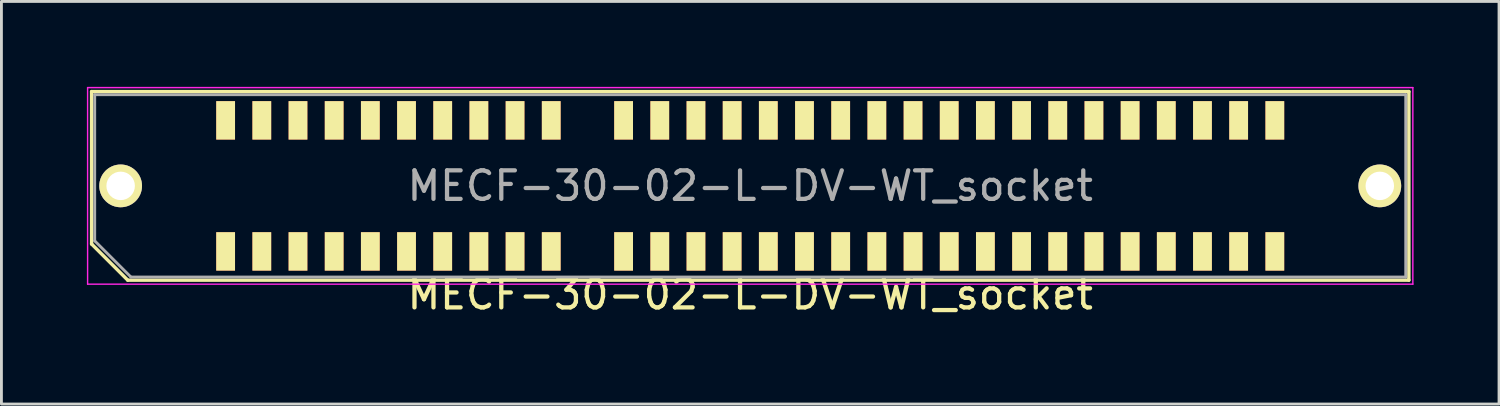
<source format=kicad_pcb>
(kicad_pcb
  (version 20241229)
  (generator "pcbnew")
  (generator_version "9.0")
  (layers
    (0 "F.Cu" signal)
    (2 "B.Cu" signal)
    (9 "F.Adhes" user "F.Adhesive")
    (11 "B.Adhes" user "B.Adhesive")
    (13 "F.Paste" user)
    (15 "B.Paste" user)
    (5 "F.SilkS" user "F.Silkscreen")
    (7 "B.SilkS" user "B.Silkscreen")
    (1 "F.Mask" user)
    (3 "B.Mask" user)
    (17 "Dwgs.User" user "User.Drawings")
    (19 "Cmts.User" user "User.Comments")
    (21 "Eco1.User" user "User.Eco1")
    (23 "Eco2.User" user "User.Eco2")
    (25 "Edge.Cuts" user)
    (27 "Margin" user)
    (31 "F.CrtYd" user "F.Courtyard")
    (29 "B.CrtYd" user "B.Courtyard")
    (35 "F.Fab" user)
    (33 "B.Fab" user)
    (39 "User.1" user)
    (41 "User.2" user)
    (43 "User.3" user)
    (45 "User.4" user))
  (footprint "MECF-30-02-L-DV-WT_socket"
    (layer "F.Cu")
    (at 23.285 3.475)
    (property "Reference" "MECF-30-02-L-DV-WT_socket" (at 0 3.81 0) (layer "F.SilkS") (effects (font (size 1 1) (thickness 0.15))))
    (attr smd)
    (fp_line (start -23.12 -3.31) (end 23.12 -3.31) (stroke (width 0.12) (type solid)) (layer "F.SilkS"))
    (fp_line (start -23.12 2.04) (end -23.12 -3.31) (stroke (width 0.12) (type solid)) (layer "F.SilkS"))
    (fp_line (start -21.85 3.31) (end -23.12 2.04) (stroke (width 0.12) (type solid)) (layer "F.SilkS"))
    (fp_line (start -21.85 3.31) (end 23.12 3.31) (stroke (width 0.12) (type solid)) (layer "F.SilkS"))
    (fp_line (start 23.12 3.31) (end 23.12 -3.31) (stroke (width 0.12) (type solid)) (layer "F.SilkS"))
    (fp_line (start -23.26 -3.45) (end -23.26 3.45) (stroke (width 0.05) (type solid)) (layer "F.CrtYd"))
    (fp_line (start -23.26 3.45) (end 23.26 3.45) (stroke (width 0.05) (type solid)) (layer "F.CrtYd"))
    (fp_line (start 23.26 -3.45) (end -23.26 -3.45) (stroke (width 0.05) (type solid)) (layer "F.CrtYd"))
    (fp_line (start 23.26 3.45) (end 23.26 -3.45) (stroke (width 0.05) (type solid)) (layer "F.CrtYd"))
    (fp_line (start -23.01 -3.2) (end 23.01 -3.2) (stroke (width 0.1) (type solid)) (layer "F.Fab"))
    (fp_line (start -23.01 1.93) (end -23.01 -3.2) (stroke (width 0.1) (type solid)) (layer "F.Fab"))
    (fp_line (start -23.01 1.93) (end -21.74 3.2) (stroke (width 0.1) (type solid)) (layer "F.Fab"))
    (fp_line (start -21.74 3.2) (end 23.01 3.2) (stroke (width 0.1) (type solid)) (layer "F.Fab"))
    (fp_line (start 23.01 3.2) (end 23.01 -3.2) (stroke (width 0.1) (type solid)) (layer "F.Fab"))
    (fp_text user "${REFERENCE}" (at 0 0 0) (layer "F.Fab") (effects (font (size 1 1) (thickness 0.15))))
    (pad "" np_thru_hole circle (at -20.195 0) (size 0.001 0.001) (drill 1.45) (layers "*.Cu" "*.Mask" "F.SilkS"))
    (pad "" np_thru_hole circle (at 20.195 1) (size 0.001 0.001) (drill 1.45) (layers "*.Cu" "*.Mask" "F.SilkS"))
    (pad "1" smd rect (at -18.415 2.3) (size 0.66 1.35) (layers "F.Cu" "F.Mask" "F.SilkS"))
    (pad "2" smd rect (at -18.415 -2.3) (size 0.66 1.35) (layers "F.Cu" "F.Mask" "F.SilkS"))
    (pad "3" smd rect (at -17.145 2.3) (size 0.66 1.35) (layers "F.Cu" "F.Mask" "F.SilkS"))
    (pad "4" smd rect (at -17.145 -2.3) (size 0.66 1.35) (layers "F.Cu" "F.Mask" "F.SilkS"))
    (pad "5" smd rect (at -15.875 2.3) (size 0.66 1.35) (layers "F.Cu" "F.Mask" "F.SilkS"))
    (pad "6" smd rect (at -15.875 -2.3) (size 0.66 1.35) (layers "F.Cu" "F.Mask" "F.SilkS"))
    (pad "7" smd rect (at -14.605 2.3) (size 0.66 1.35) (layers "F.Cu" "F.Mask" "F.SilkS"))
    (pad "8" smd rect (at -14.605 -2.3) (size 0.66 1.35) (layers "F.Cu" "F.Mask" "F.SilkS"))
    (pad "9" smd rect (at -13.335 2.3) (size 0.66 1.35) (layers "F.Cu" "F.Mask" "F.SilkS"))
    (pad "10" smd rect (at -13.335 -2.3) (size 0.66 1.35) (layers "F.Cu" "F.Mask" "F.SilkS"))
    (pad "11" smd rect (at -12.065 2.3) (size 0.66 1.35) (layers "F.Cu" "F.Mask" "F.SilkS"))
    (pad "12" smd rect (at -12.065 -2.3) (size 0.66 1.35) (layers "F.Cu" "F.Mask" "F.SilkS"))
    (pad "13" smd rect (at -10.795 2.3) (size 0.66 1.35) (layers "F.Cu" "F.Mask" "F.SilkS"))
    (pad "14" smd rect (at -10.795 -2.3) (size 0.66 1.35) (layers "F.Cu" "F.Mask" "F.SilkS"))
    (pad "15" smd rect (at -9.525 2.3) (size 0.66 1.35) (layers "F.Cu" "F.Mask" "F.SilkS"))
    (pad "16" smd rect (at -9.525 -2.3) (size 0.66 1.35) (layers "F.Cu" "F.Mask" "F.SilkS"))
    (pad "17" smd rect (at -8.255 2.3) (size 0.66 1.35) (layers "F.Cu" "F.Mask" "F.SilkS"))
    (pad "18" smd rect (at -8.255 -2.3) (size 0.66 1.35) (layers "F.Cu" "F.Mask" "F.SilkS"))
    (pad "19" smd rect (at -6.985 2.3) (size 0.66 1.35) (layers "F.Cu" "F.Mask" "F.SilkS"))
    (pad "20" smd rect (at -6.985 -2.3) (size 0.66 1.35) (layers "F.Cu" "F.Mask" "F.SilkS"))
    (pad "23" smd rect (at -4.445 2.3) (size 0.66 1.35) (layers "F.Cu" "F.Mask" "F.SilkS"))
    (pad "24" smd rect (at -4.445 -2.3) (size 0.66 1.35) (layers "F.Cu" "F.Mask" "F.SilkS"))
    (pad "25" smd rect (at -3.175 2.3) (size 0.66 1.35) (layers "F.Cu" "F.Mask" "F.SilkS"))
    (pad "26" smd rect (at -3.175 -2.3) (size 0.66 1.35) (layers "F.Cu" "F.Mask" "F.SilkS"))
    (pad "27" smd rect (at -1.905 2.3) (size 0.66 1.35) (layers "F.Cu" "F.Mask" "F.SilkS"))
    (pad "28" smd rect (at -1.905 -2.3) (size 0.66 1.35) (layers "F.Cu" "F.Mask" "F.SilkS"))
    (pad "29" smd rect (at -0.635 2.3) (size 0.66 1.35) (layers "F.Cu" "F.Mask" "F.SilkS"))
    (pad "30" smd rect (at -0.635 -2.3) (size 0.66 1.35) (layers "F.Cu" "F.Mask" "F.SilkS"))
    (pad "31" smd rect (at 0.635 2.3) (size 0.66 1.35) (layers "F.Cu" "F.Mask" "F.SilkS"))
    (pad "32" smd rect (at 0.635 -2.3) (size 0.66 1.35) (layers "F.Cu" "F.Mask" "F.SilkS"))
    (pad "33" smd rect (at 1.905 2.3) (size 0.66 1.35) (layers "F.Cu" "F.Mask" "F.SilkS"))
    (pad "34" smd rect (at 1.905 -2.3) (size 0.66 1.35) (layers "F.Cu" "F.Mask" "F.SilkS"))
    (pad "35" smd rect (at 3.175 2.3) (size 0.66 1.35) (layers "F.Cu" "F.Mask" "F.SilkS"))
    (pad "36" smd rect (at 3.175 -2.3) (size 0.66 1.35) (layers "F.Cu" "F.Mask" "F.SilkS"))
    (pad "37" smd rect (at 4.445 2.3) (size 0.66 1.35) (layers "F.Cu" "F.Mask" "F.SilkS"))
    (pad "38" smd rect (at 4.445 -2.3) (size 0.66 1.35) (layers "F.Cu" "F.Mask" "F.SilkS"))
    (pad "39" smd rect (at 5.715 2.3) (size 0.66 1.35) (layers "F.Cu" "F.Mask" "F.SilkS"))
    (pad "40" smd rect (at 5.715 -2.3) (size 0.66 1.35) (layers "F.Cu" "F.Mask" "F.SilkS"))
    (pad "41" smd rect (at 6.985 2.3) (size 0.66 1.35) (layers "F.Cu" "F.Mask" "F.SilkS"))
    (pad "42" smd rect (at 6.985 -2.3) (size 0.66 1.35) (layers "F.Cu" "F.Mask" "F.SilkS"))
    (pad "43" smd rect (at 8.255 2.3) (size 0.66 1.35) (layers "F.Cu" "F.Mask" "F.SilkS"))
    (pad "44" smd rect (at 8.255 -2.3) (size 0.66 1.35) (layers "F.Cu" "F.Mask" "F.SilkS"))
    (pad "45" smd rect (at 9.525 2.3) (size 0.66 1.35) (layers "F.Cu" "F.Mask" "F.SilkS"))
    (pad "46" smd rect (at 9.525 -2.3) (size 0.66 1.35) (layers "F.Cu" "F.Mask" "F.SilkS"))
    (pad "47" smd rect (at 10.795 2.3) (size 0.66 1.35) (layers "F.Cu" "F.Mask" "F.SilkS"))
    (pad "48" smd rect (at 10.795 -2.3) (size 0.66 1.35) (layers "F.Cu" "F.Mask" "F.SilkS"))
    (pad "49" smd rect (at 12.065 2.3) (size 0.66 1.35) (layers "F.Cu" "F.Mask" "F.SilkS"))
    (pad "50" smd rect (at 12.065 -2.3) (size 0.66 1.35) (layers "F.Cu" "F.Mask" "F.SilkS"))
    (pad "51" smd rect (at 13.335 2.3) (size 0.66 1.35) (layers "F.Cu" "F.Mask" "F.SilkS"))
    (pad "52" smd rect (at 13.335 -2.3) (size 0.66 1.35) (layers "F.Cu" "F.Mask" "F.SilkS"))
    (pad "53" smd rect (at 14.605 2.3) (size 0.66 1.35) (layers "F.Cu" "F.Mask" "F.SilkS"))
    (pad "54" smd rect (at 14.605 -2.3) (size 0.66 1.35) (layers "F.Cu" "F.Mask" "F.SilkS"))
    (pad "55" smd rect (at 15.875 2.3) (size 0.66 1.35) (layers "F.Cu" "F.Mask" "F.SilkS"))
    (pad "56" smd rect (at 15.875 -2.3) (size 0.66 1.35) (layers "F.Cu" "F.Mask" "F.SilkS"))
    (pad "57" smd rect (at 17.145 2.3) (size 0.66 1.35) (layers "F.Cu" "F.Mask" "F.SilkS"))
    (pad "58" smd rect (at 17.145 -2.3) (size 0.66 1.35) (layers "F.Cu" "F.Mask" "F.SilkS"))
    (pad "59" smd rect (at 18.415 2.3) (size 0.66 1.35) (layers "F.Cu" "F.Mask" "F.SilkS"))
    (pad "60" smd rect (at 18.415 -2.3) (size 0.66 1.35) (layers "F.Cu" "F.Mask" "F.SilkS"))
    (pad "None" thru_hole circle (at -22.1 0) (size 1.5 1.5) (drill 1) (layers "*.Cu" "*.Mask" "F.SilkS"))
    (pad "None" thru_hole circle (at 22.1 0) (size 1.5 1.5) (drill 1) (layers "*.Cu" "*.Mask" "F.SilkS")))
  (gr_rect
    (start -3 -3)
    (end 49.57 11.133)
    (stroke (width 0.1) (type default))
    (fill no)
    (layer "Edge.Cuts")))
</source>
